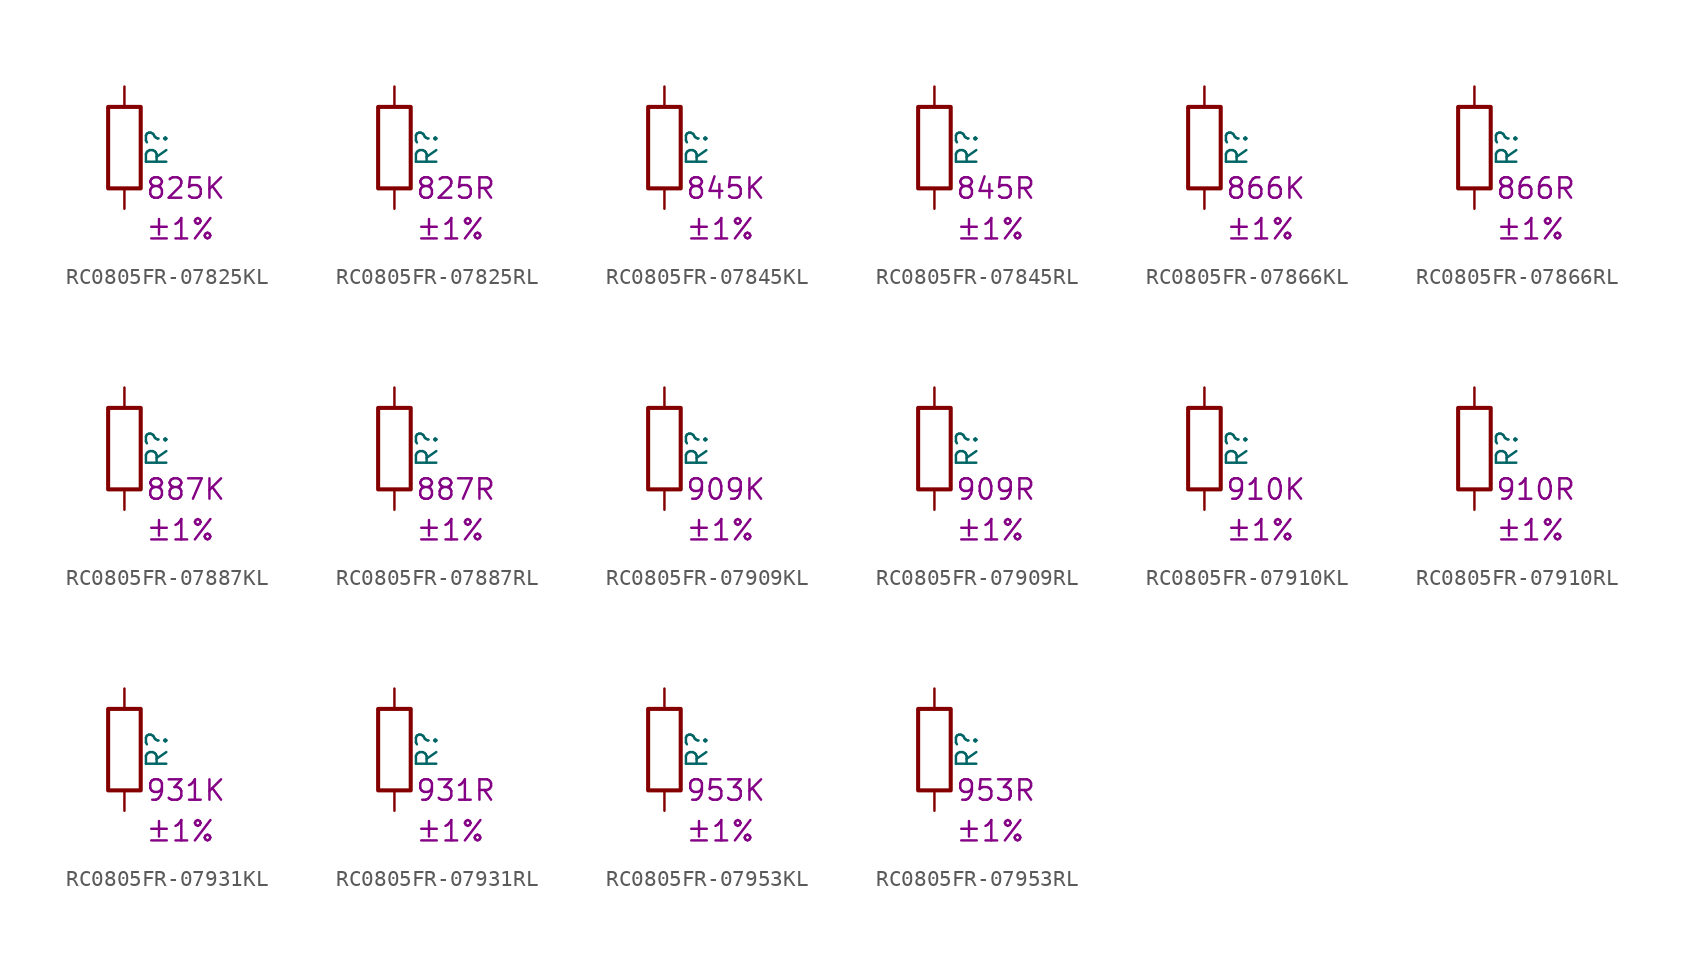
<source format=kicad_sym>
(kicad_symbol_lib
  (version 20220914)
  (generator kicad_symbol_editor)
  (symbol "RC0805FR-07825KL"
    (pin_numbers hide)
    (pin_names
      (offset 0))
    (property "Reference" "R"
      (at 2.032 0 90)
      (effects (font (size 1.27 1.27))))
    (property "Resistance" "825K"
      (at 1.27 -2.54 0)
      (effects (font (size 1.27 1.27)) (justify left)))
    (property "Tolerance" "±1%"
      (at 1.27 -5.08 0)
      (effects (font (size 1.27 1.27)) (justify left)))
    (symbol "RC0805FR-07825KL_0_1"
      (rectangle (start -1.016 -2.54) (end 1.016 2.54) (stroke (width 0.254) (type default)) (fill (type none))))
    (symbol "RC0805FR-07825KL_1_1"
      (pin passive line (at 0 3.81 270) (length 1.27) (name "~" (effects (font (size 1.27 1.27)))) (number "1" (effects (font (size 1.27 1.27)))))
      (pin passive line (at 0 -3.81 90) (length 1.27) (name "~" (effects (font (size 1.27 1.27)))) (number "2" (effects (font (size 1.27 1.27)))))))
  (symbol "RC0805FR-07825RL"
    (pin_numbers hide)
    (pin_names
      (offset 0))
    (property "Reference" "R"
      (at 2.032 0 90)
      (effects (font (size 1.27 1.27))))
    (property "Resistance" "825R"
      (at 1.27 -2.54 0)
      (effects (font (size 1.27 1.27)) (justify left)))
    (property "Tolerance" "±1%"
      (at 1.27 -5.08 0)
      (effects (font (size 1.27 1.27)) (justify left)))
    (symbol "RC0805FR-07825RL_0_1"
      (rectangle (start -1.016 -2.54) (end 1.016 2.54) (stroke (width 0.254) (type default)) (fill (type none))))
    (symbol "RC0805FR-07825RL_1_1"
      (pin passive line (at 0 3.81 270) (length 1.27) (name "~" (effects (font (size 1.27 1.27)))) (number "1" (effects (font (size 1.27 1.27)))))
      (pin passive line (at 0 -3.81 90) (length 1.27) (name "~" (effects (font (size 1.27 1.27)))) (number "2" (effects (font (size 1.27 1.27)))))))
  (symbol "RC0805FR-07845KL"
    (pin_numbers hide)
    (pin_names
      (offset 0))
    (property "Reference" "R"
      (at 2.032 0 90)
      (effects (font (size 1.27 1.27))))
    (property "Resistance" "845K"
      (at 1.27 -2.54 0)
      (effects (font (size 1.27 1.27)) (justify left)))
    (property "Tolerance" "±1%"
      (at 1.27 -5.08 0)
      (effects (font (size 1.27 1.27)) (justify left)))
    (symbol "RC0805FR-07845KL_0_1"
      (rectangle (start -1.016 -2.54) (end 1.016 2.54) (stroke (width 0.254) (type default)) (fill (type none))))
    (symbol "RC0805FR-07845KL_1_1"
      (pin passive line (at 0 3.81 270) (length 1.27) (name "~" (effects (font (size 1.27 1.27)))) (number "1" (effects (font (size 1.27 1.27)))))
      (pin passive line (at 0 -3.81 90) (length 1.27) (name "~" (effects (font (size 1.27 1.27)))) (number "2" (effects (font (size 1.27 1.27)))))))
  (symbol "RC0805FR-07845RL"
    (pin_numbers hide)
    (pin_names
      (offset 0))
    (property "Reference" "R"
      (at 2.032 0 90)
      (effects (font (size 1.27 1.27))))
    (property "Resistance" "845R"
      (at 1.27 -2.54 0)
      (effects (font (size 1.27 1.27)) (justify left)))
    (property "Tolerance" "±1%"
      (at 1.27 -5.08 0)
      (effects (font (size 1.27 1.27)) (justify left)))
    (symbol "RC0805FR-07845RL_0_1"
      (rectangle (start -1.016 -2.54) (end 1.016 2.54) (stroke (width 0.254) (type default)) (fill (type none))))
    (symbol "RC0805FR-07845RL_1_1"
      (pin passive line (at 0 3.81 270) (length 1.27) (name "~" (effects (font (size 1.27 1.27)))) (number "1" (effects (font (size 1.27 1.27)))))
      (pin passive line (at 0 -3.81 90) (length 1.27) (name "~" (effects (font (size 1.27 1.27)))) (number "2" (effects (font (size 1.27 1.27)))))))
  (symbol "RC0805FR-07866KL"
    (pin_numbers hide)
    (pin_names
      (offset 0))
    (property "Reference" "R"
      (at 2.032 0 90)
      (effects (font (size 1.27 1.27))))
    (property "Resistance" "866K"
      (at 1.27 -2.54 0)
      (effects (font (size 1.27 1.27)) (justify left)))
    (property "Tolerance" "±1%"
      (at 1.27 -5.08 0)
      (effects (font (size 1.27 1.27)) (justify left)))
    (symbol "RC0805FR-07866KL_0_1"
      (rectangle (start -1.016 -2.54) (end 1.016 2.54) (stroke (width 0.254) (type default)) (fill (type none))))
    (symbol "RC0805FR-07866KL_1_1"
      (pin passive line (at 0 3.81 270) (length 1.27) (name "~" (effects (font (size 1.27 1.27)))) (number "1" (effects (font (size 1.27 1.27)))))
      (pin passive line (at 0 -3.81 90) (length 1.27) (name "~" (effects (font (size 1.27 1.27)))) (number "2" (effects (font (size 1.27 1.27)))))))
  (symbol "RC0805FR-07866RL"
    (pin_numbers hide)
    (pin_names
      (offset 0))
    (property "Reference" "R"
      (at 2.032 0 90)
      (effects (font (size 1.27 1.27))))
    (property "Resistance" "866R"
      (at 1.27 -2.54 0)
      (effects (font (size 1.27 1.27)) (justify left)))
    (property "Tolerance" "±1%"
      (at 1.27 -5.08 0)
      (effects (font (size 1.27 1.27)) (justify left)))
    (symbol "RC0805FR-07866RL_0_1"
      (rectangle (start -1.016 -2.54) (end 1.016 2.54) (stroke (width 0.254) (type default)) (fill (type none))))
    (symbol "RC0805FR-07866RL_1_1"
      (pin passive line (at 0 3.81 270) (length 1.27) (name "~" (effects (font (size 1.27 1.27)))) (number "1" (effects (font (size 1.27 1.27)))))
      (pin passive line (at 0 -3.81 90) (length 1.27) (name "~" (effects (font (size 1.27 1.27)))) (number "2" (effects (font (size 1.27 1.27)))))))
  (symbol "RC0805FR-07887KL"
    (pin_numbers hide)
    (pin_names
      (offset 0))
    (property "Reference" "R"
      (at 2.032 0 90)
      (effects (font (size 1.27 1.27))))
    (property "Resistance" "887K"
      (at 1.27 -2.54 0)
      (effects (font (size 1.27 1.27)) (justify left)))
    (property "Tolerance" "±1%"
      (at 1.27 -5.08 0)
      (effects (font (size 1.27 1.27)) (justify left)))
    (symbol "RC0805FR-07887KL_0_1"
      (rectangle (start -1.016 -2.54) (end 1.016 2.54) (stroke (width 0.254) (type default)) (fill (type none))))
    (symbol "RC0805FR-07887KL_1_1"
      (pin passive line (at 0 3.81 270) (length 1.27) (name "~" (effects (font (size 1.27 1.27)))) (number "1" (effects (font (size 1.27 1.27)))))
      (pin passive line (at 0 -3.81 90) (length 1.27) (name "~" (effects (font (size 1.27 1.27)))) (number "2" (effects (font (size 1.27 1.27)))))))
  (symbol "RC0805FR-07887RL"
    (pin_numbers hide)
    (pin_names
      (offset 0))
    (property "Reference" "R"
      (at 2.032 0 90)
      (effects (font (size 1.27 1.27))))
    (property "Resistance" "887R"
      (at 1.27 -2.54 0)
      (effects (font (size 1.27 1.27)) (justify left)))
    (property "Tolerance" "±1%"
      (at 1.27 -5.08 0)
      (effects (font (size 1.27 1.27)) (justify left)))
    (symbol "RC0805FR-07887RL_0_1"
      (rectangle (start -1.016 -2.54) (end 1.016 2.54) (stroke (width 0.254) (type default)) (fill (type none))))
    (symbol "RC0805FR-07887RL_1_1"
      (pin passive line (at 0 3.81 270) (length 1.27) (name "~" (effects (font (size 1.27 1.27)))) (number "1" (effects (font (size 1.27 1.27)))))
      (pin passive line (at 0 -3.81 90) (length 1.27) (name "~" (effects (font (size 1.27 1.27)))) (number "2" (effects (font (size 1.27 1.27)))))))
  (symbol "RC0805FR-07909KL"
    (pin_numbers hide)
    (pin_names
      (offset 0))
    (property "Reference" "R"
      (at 2.032 0 90)
      (effects (font (size 1.27 1.27))))
    (property "Resistance" "909K"
      (at 1.27 -2.54 0)
      (effects (font (size 1.27 1.27)) (justify left)))
    (property "Tolerance" "±1%"
      (at 1.27 -5.08 0)
      (effects (font (size 1.27 1.27)) (justify left)))
    (symbol "RC0805FR-07909KL_0_1"
      (rectangle (start -1.016 -2.54) (end 1.016 2.54) (stroke (width 0.254) (type default)) (fill (type none))))
    (symbol "RC0805FR-07909KL_1_1"
      (pin passive line (at 0 3.81 270) (length 1.27) (name "~" (effects (font (size 1.27 1.27)))) (number "1" (effects (font (size 1.27 1.27)))))
      (pin passive line (at 0 -3.81 90) (length 1.27) (name "~" (effects (font (size 1.27 1.27)))) (number "2" (effects (font (size 1.27 1.27)))))))
  (symbol "RC0805FR-07909RL"
    (pin_numbers hide)
    (pin_names
      (offset 0))
    (property "Reference" "R"
      (at 2.032 0 90)
      (effects (font (size 1.27 1.27))))
    (property "Resistance" "909R"
      (at 1.27 -2.54 0)
      (effects (font (size 1.27 1.27)) (justify left)))
    (property "Tolerance" "±1%"
      (at 1.27 -5.08 0)
      (effects (font (size 1.27 1.27)) (justify left)))
    (symbol "RC0805FR-07909RL_0_1"
      (rectangle (start -1.016 -2.54) (end 1.016 2.54) (stroke (width 0.254) (type default)) (fill (type none))))
    (symbol "RC0805FR-07909RL_1_1"
      (pin passive line (at 0 3.81 270) (length 1.27) (name "~" (effects (font (size 1.27 1.27)))) (number "1" (effects (font (size 1.27 1.27)))))
      (pin passive line (at 0 -3.81 90) (length 1.27) (name "~" (effects (font (size 1.27 1.27)))) (number "2" (effects (font (size 1.27 1.27)))))))
  (symbol "RC0805FR-07910KL"
    (pin_numbers hide)
    (pin_names
      (offset 0))
    (property "Reference" "R"
      (at 2.032 0 90)
      (effects (font (size 1.27 1.27))))
    (property "Resistance" "910K"
      (at 1.27 -2.54 0)
      (effects (font (size 1.27 1.27)) (justify left)))
    (property "Tolerance" "±1%"
      (at 1.27 -5.08 0)
      (effects (font (size 1.27 1.27)) (justify left)))
    (symbol "RC0805FR-07910KL_0_1"
      (rectangle (start -1.016 -2.54) (end 1.016 2.54) (stroke (width 0.254) (type default)) (fill (type none))))
    (symbol "RC0805FR-07910KL_1_1"
      (pin passive line (at 0 3.81 270) (length 1.27) (name "~" (effects (font (size 1.27 1.27)))) (number "1" (effects (font (size 1.27 1.27)))))
      (pin passive line (at 0 -3.81 90) (length 1.27) (name "~" (effects (font (size 1.27 1.27)))) (number "2" (effects (font (size 1.27 1.27)))))))
  (symbol "RC0805FR-07910RL"
    (pin_numbers hide)
    (pin_names
      (offset 0))
    (property "Reference" "R"
      (at 2.032 0 90)
      (effects (font (size 1.27 1.27))))
    (property "Resistance" "910R"
      (at 1.27 -2.54 0)
      (effects (font (size 1.27 1.27)) (justify left)))
    (property "Tolerance" "±1%"
      (at 1.27 -5.08 0)
      (effects (font (size 1.27 1.27)) (justify left)))
    (symbol "RC0805FR-07910RL_0_1"
      (rectangle (start -1.016 -2.54) (end 1.016 2.54) (stroke (width 0.254) (type default)) (fill (type none))))
    (symbol "RC0805FR-07910RL_1_1"
      (pin passive line (at 0 3.81 270) (length 1.27) (name "~" (effects (font (size 1.27 1.27)))) (number "1" (effects (font (size 1.27 1.27)))))
      (pin passive line (at 0 -3.81 90) (length 1.27) (name "~" (effects (font (size 1.27 1.27)))) (number "2" (effects (font (size 1.27 1.27)))))))
  (symbol "RC0805FR-07931KL"
    (pin_numbers hide)
    (pin_names
      (offset 0))
    (property "Reference" "R"
      (at 2.032 0 90)
      (effects (font (size 1.27 1.27))))
    (property "Resistance" "931K"
      (at 1.27 -2.54 0)
      (effects (font (size 1.27 1.27)) (justify left)))
    (property "Tolerance" "±1%"
      (at 1.27 -5.08 0)
      (effects (font (size 1.27 1.27)) (justify left)))
    (symbol "RC0805FR-07931KL_0_1"
      (rectangle (start -1.016 -2.54) (end 1.016 2.54) (stroke (width 0.254) (type default)) (fill (type none))))
    (symbol "RC0805FR-07931KL_1_1"
      (pin passive line (at 0 3.81 270) (length 1.27) (name "~" (effects (font (size 1.27 1.27)))) (number "1" (effects (font (size 1.27 1.27)))))
      (pin passive line (at 0 -3.81 90) (length 1.27) (name "~" (effects (font (size 1.27 1.27)))) (number "2" (effects (font (size 1.27 1.27)))))))
  (symbol "RC0805FR-07931RL"
    (pin_numbers hide)
    (pin_names
      (offset 0))
    (property "Reference" "R"
      (at 2.032 0 90)
      (effects (font (size 1.27 1.27))))
    (property "Resistance" "931R"
      (at 1.27 -2.54 0)
      (effects (font (size 1.27 1.27)) (justify left)))
    (property "Tolerance" "±1%"
      (at 1.27 -5.08 0)
      (effects (font (size 1.27 1.27)) (justify left)))
    (symbol "RC0805FR-07931RL_0_1"
      (rectangle (start -1.016 -2.54) (end 1.016 2.54) (stroke (width 0.254) (type default)) (fill (type none))))
    (symbol "RC0805FR-07931RL_1_1"
      (pin passive line (at 0 3.81 270) (length 1.27) (name "~" (effects (font (size 1.27 1.27)))) (number "1" (effects (font (size 1.27 1.27)))))
      (pin passive line (at 0 -3.81 90) (length 1.27) (name "~" (effects (font (size 1.27 1.27)))) (number "2" (effects (font (size 1.27 1.27)))))))
  (symbol "RC0805FR-07953KL"
    (pin_numbers hide)
    (pin_names
      (offset 0))
    (property "Reference" "R"
      (at 2.032 0 90)
      (effects (font (size 1.27 1.27))))
    (property "Resistance" "953K"
      (at 1.27 -2.54 0)
      (effects (font (size 1.27 1.27)) (justify left)))
    (property "Tolerance" "±1%"
      (at 1.27 -5.08 0)
      (effects (font (size 1.27 1.27)) (justify left)))
    (symbol "RC0805FR-07953KL_0_1"
      (rectangle (start -1.016 -2.54) (end 1.016 2.54) (stroke (width 0.254) (type default)) (fill (type none))))
    (symbol "RC0805FR-07953KL_1_1"
      (pin passive line (at 0 3.81 270) (length 1.27) (name "~" (effects (font (size 1.27 1.27)))) (number "1" (effects (font (size 1.27 1.27)))))
      (pin passive line (at 0 -3.81 90) (length 1.27) (name "~" (effects (font (size 1.27 1.27)))) (number "2" (effects (font (size 1.27 1.27)))))))
  (symbol "RC0805FR-07953RL"
    (pin_numbers hide)
    (pin_names
      (offset 0))
    (property "Reference" "R"
      (at 2.032 0 90)
      (effects (font (size 1.27 1.27))))
    (property "Resistance" "953R"
      (at 1.27 -2.54 0)
      (effects (font (size 1.27 1.27)) (justify left)))
    (property "Tolerance" "±1%"
      (at 1.27 -5.08 0)
      (effects (font (size 1.27 1.27)) (justify left)))
    (symbol "RC0805FR-07953RL_0_1"
      (rectangle (start -1.016 -2.54) (end 1.016 2.54) (stroke (width 0.254) (type default)) (fill (type none))))
    (symbol "RC0805FR-07953RL_1_1"
      (pin passive line (at 0 3.81 270) (length 1.27) (name "~" (effects (font (size 1.27 1.27)))) (number "1" (effects (font (size 1.27 1.27)))))
      (pin passive line (at 0 -3.81 90) (length 1.27) (name "~" (effects (font (size 1.27 1.27)))) (number "2" (effects (font (size 1.27 1.27))))))))
</source>
